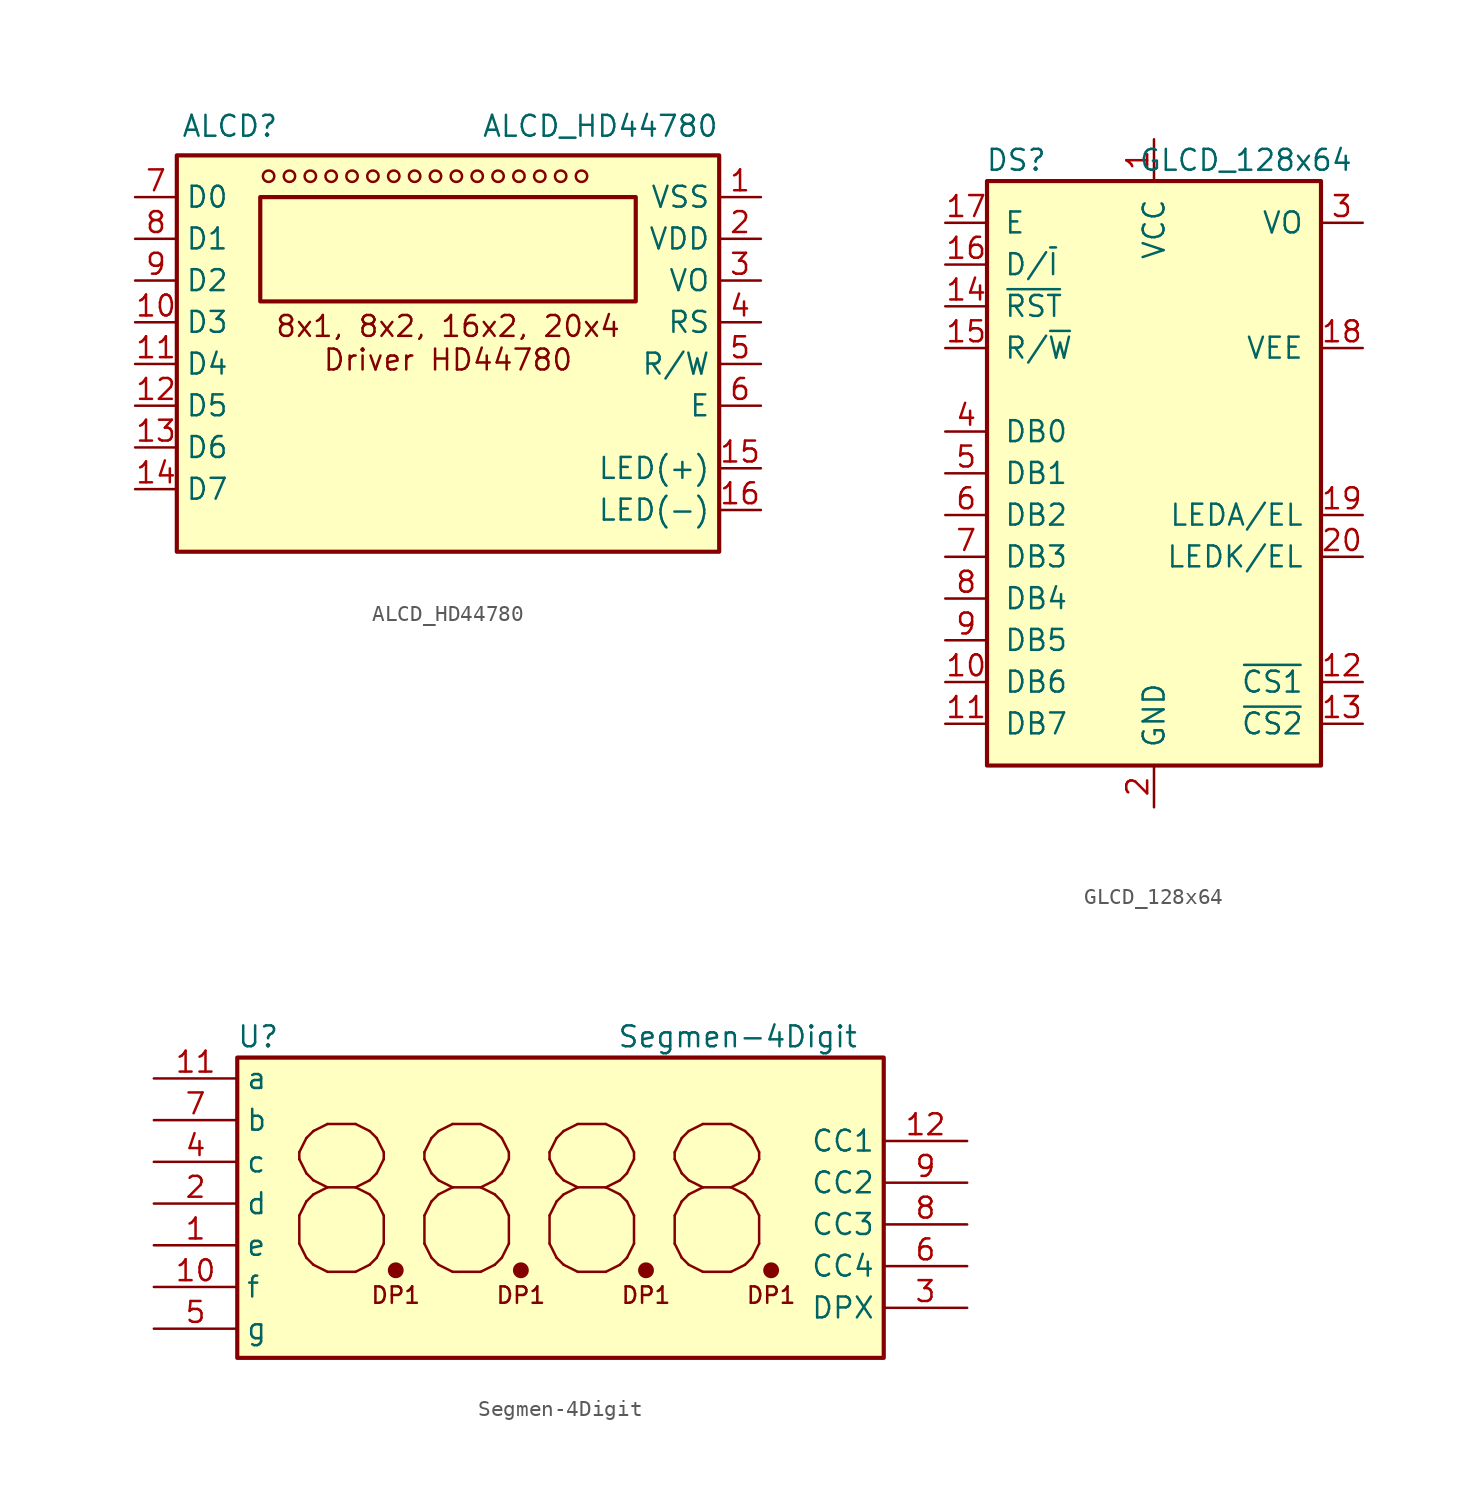
<source format=kicad_sym>
(kicad_symbol_lib
  (version 20220914)
  (generator kicad_symbol_editor)
  (symbol "ALCD_HD44780"
    (property "Reference" "ALCD"
      (at -16.256 14.478 0)
      (do_not_autoplace)
      (effects (font (size 1.27 1.27)) (justify left)))
    (property "Value" "ALCD_HD44780"
      (at 16.51 14.478 0)
      (do_not_autoplace)
      (effects (font (size 1.27 1.27)) (justify right)))
    (symbol "ALCD_HD44780_0_1"
      (circle (center -10.922 11.43) (radius 0.346) (stroke (width 0) (type default)) (fill (type none)))
      (circle (center -9.652 11.43) (radius 0.346) (stroke (width 0) (type default)) (fill (type none)))
      (circle (center -8.382 11.43) (radius 0.346) (stroke (width 0) (type default)) (fill (type none)))
      (circle (center -7.112 11.43) (radius 0.346) (stroke (width 0) (type default)) (fill (type none)))
      (circle (center -5.842 11.43) (radius 0.346) (stroke (width 0) (type default)) (fill (type none)))
      (circle (center -4.572 11.43) (radius 0.346) (stroke (width 0) (type default)) (fill (type none)))
      (circle (center -3.302 11.43) (radius 0.346) (stroke (width 0) (type default)) (fill (type none)))
      (circle (center -2.032 11.43) (radius 0.346) (stroke (width 0) (type default)) (fill (type none)))
      (circle (center -0.762 11.43) (radius 0.346) (stroke (width 0) (type default)) (fill (type none)))
      (circle (center 0.508 11.43) (radius 0.346) (stroke (width 0) (type default)) (fill (type none)))
      (circle (center 1.778 11.43) (radius 0.346) (stroke (width 0) (type default)) (fill (type none)))
      (circle (center 3.048 11.43) (radius 0.346) (stroke (width 0) (type default)) (fill (type none)))
      (circle (center 4.318 11.43) (radius 0.346) (stroke (width 0) (type default)) (fill (type none)))
      (circle (center 5.588 11.43) (radius 0.346) (stroke (width 0) (type default)) (fill (type none)))
      (circle (center 6.858 11.43) (radius 0.346) (stroke (width 0) (type default)) (fill (type none)))
      (circle (center 8.128 11.43) (radius 0.346) (stroke (width 0) (type default)) (fill (type none))))
    (symbol "ALCD_HD44780_1_1"
      (rectangle (start -16.51 12.7) (end 16.51 -11.43) (stroke (width 0.254) (type default)) (fill (type background)))
      (rectangle (start -11.43 10.16) (end 11.43 3.81) (stroke (width 0.254) (type default)) (fill (type none)))
      (text "8x1, 8x2, 16x2, 20x4\nDriver HD44780" (at 0 1.27 0) (effects (font (size 1.27 1.27))))
      (pin power_in line (at 19.05 10.16 180) (length 2.54) (name "VSS" (effects (font (size 1.27 1.27)))) (number "1" (effects (font (size 1.27 1.27)))))
      (pin input line (at -19.05 2.54 0) (length 2.54) (name "D3" (effects (font (size 1.27 1.27)))) (number "10" (effects (font (size 1.27 1.27)))))
      (pin input line (at -19.05 0 0) (length 2.54) (name "D4" (effects (font (size 1.27 1.27)))) (number "11" (effects (font (size 1.27 1.27)))))
      (pin input line (at -19.05 -2.54 0) (length 2.54) (name "D5" (effects (font (size 1.27 1.27)))) (number "12" (effects (font (size 1.27 1.27)))))
      (pin input line (at -19.05 -5.08 0) (length 2.54) (name "D6" (effects (font (size 1.27 1.27)))) (number "13" (effects (font (size 1.27 1.27)))))
      (pin input line (at -19.05 -7.62 0) (length 2.54) (name "D7" (effects (font (size 1.27 1.27)))) (number "14" (effects (font (size 1.27 1.27)))))
      (pin power_in line (at 19.05 -6.35 180) (length 2.54) (name "LED(+)" (effects (font (size 1.27 1.27)))) (number "15" (effects (font (size 1.27 1.27)))))
      (pin power_in line (at 19.05 -8.89 180) (length 2.54) (name "LED(-)" (effects (font (size 1.27 1.27)))) (number "16" (effects (font (size 1.27 1.27)))))
      (pin power_in line (at 19.05 7.62 180) (length 2.54) (name "VDD" (effects (font (size 1.27 1.27)))) (number "2" (effects (font (size 1.27 1.27)))))
      (pin input line (at 19.05 5.08 180) (length 2.54) (name "VO" (effects (font (size 1.27 1.27)))) (number "3" (effects (font (size 1.27 1.27)))))
      (pin input line (at 19.05 2.54 180) (length 2.54) (name "RS" (effects (font (size 1.27 1.27)))) (number "4" (effects (font (size 1.27 1.27)))))
      (pin input line (at 19.05 0 180) (length 2.54) (name "R/W" (effects (font (size 1.27 1.27)))) (number "5" (effects (font (size 1.27 1.27)))))
      (pin input line (at 19.05 -2.54 180) (length 2.54) (name "E" (effects (font (size 1.27 1.27)))) (number "6" (effects (font (size 1.27 1.27)))))
      (pin input line (at -19.05 10.16 0) (length 2.54) (name "D0" (effects (font (size 1.27 1.27)))) (number "7" (effects (font (size 1.27 1.27)))))
      (pin input line (at -19.05 7.62 0) (length 2.54) (name "D1" (effects (font (size 1.27 1.27)))) (number "8" (effects (font (size 1.27 1.27)))))
      (pin input line (at -19.05 5.08 0) (length 2.54) (name "D2" (effects (font (size 1.27 1.27)))) (number "9" (effects (font (size 1.27 1.27)))))))
  (symbol "GLCD_128x64"
    (pin_names
      (offset 1.016))
    (property "Reference" "DS"
      (at -8.382 19.05 0)
      (effects (font (size 1.27 1.27))))
    (property "Value" "GLCD_128x64"
      (at 5.588 19.05 0)
      (effects (font (size 1.27 1.27))))
    (symbol "GLCD_128x64_1_1"
      (rectangle (start -10.16 17.78) (end 10.16 -17.78) (stroke (width 0.254) (type default)) (fill (type background)))
      (pin power_in line (at 0 20.32 270) (length 2.54) (name "VCC" (effects (font (size 1.27 1.27)))) (number "1" (effects (font (size 1.27 1.27)))))
      (pin bidirectional line (at -12.7 -12.7 0) (length 2.54) (name "DB6" (effects (font (size 1.27 1.27)))) (number "10" (effects (font (size 1.27 1.27)))))
      (pin bidirectional line (at -12.7 -15.24 0) (length 2.54) (name "DB7" (effects (font (size 1.27 1.27)))) (number "11" (effects (font (size 1.27 1.27)))))
      (pin input line (at 12.7 -12.7 180) (length 2.54) (name "~{CS1}" (effects (font (size 1.27 1.27)))) (number "12" (effects (font (size 1.27 1.27)))))
      (pin input line (at 12.7 -15.24 180) (length 2.54) (name "~{CS2}" (effects (font (size 1.27 1.27)))) (number "13" (effects (font (size 1.27 1.27)))))
      (pin input line (at -12.7 10.16 0) (length 2.54) (name "~{RST}" (effects (font (size 1.27 1.27)))) (number "14" (effects (font (size 1.27 1.27)))))
      (pin input line (at -12.7 7.62 0) (length 2.54) (name "R/~{W}" (effects (font (size 1.27 1.27)))) (number "15" (effects (font (size 1.27 1.27)))))
      (pin input line (at -12.7 12.7 0) (length 2.54) (name "D/~{I}" (effects (font (size 1.27 1.27)))) (number "16" (effects (font (size 1.27 1.27)))))
      (pin input line (at -12.7 15.24 0) (length 2.54) (name "E" (effects (font (size 1.27 1.27)))) (number "17" (effects (font (size 1.27 1.27)))))
      (pin passive line (at 12.7 7.62 180) (length 2.54) (name "VEE" (effects (font (size 1.27 1.27)))) (number "18" (effects (font (size 1.27 1.27)))))
      (pin passive line (at 12.7 -2.54 180) (length 2.54) (name "LEDA/EL" (effects (font (size 1.27 1.27)))) (number "19" (effects (font (size 1.27 1.27)))))
      (pin power_in line (at 0 -20.32 90) (length 2.54) (name "GND" (effects (font (size 1.27 1.27)))) (number "2" (effects (font (size 1.27 1.27)))))
      (pin passive line (at 12.7 -5.08 180) (length 2.54) (name "LEDK/EL" (effects (font (size 1.27 1.27)))) (number "20" (effects (font (size 1.27 1.27)))))
      (pin passive line (at 12.7 15.24 180) (length 2.54) (name "VO" (effects (font (size 1.27 1.27)))) (number "3" (effects (font (size 1.27 1.27)))))
      (pin bidirectional line (at -12.7 2.54 0) (length 2.54) (name "DB0" (effects (font (size 1.27 1.27)))) (number "4" (effects (font (size 1.27 1.27)))))
      (pin bidirectional line (at -12.7 0 0) (length 2.54) (name "DB1" (effects (font (size 1.27 1.27)))) (number "5" (effects (font (size 1.27 1.27)))))
      (pin bidirectional line (at -12.7 -2.54 0) (length 2.54) (name "DB2" (effects (font (size 1.27 1.27)))) (number "6" (effects (font (size 1.27 1.27)))))
      (pin bidirectional line (at -12.7 -5.08 0) (length 2.54) (name "DB3" (effects (font (size 1.27 1.27)))) (number "7" (effects (font (size 1.27 1.27)))))
      (pin bidirectional line (at -12.7 -7.62 0) (length 2.54) (name "DB4" (effects (font (size 1.27 1.27)))) (number "8" (effects (font (size 1.27 1.27)))))
      (pin bidirectional line (at -12.7 -10.16 0) (length 2.54) (name "DB5" (effects (font (size 1.27 1.27)))) (number "9" (effects (font (size 1.27 1.27)))))))
  (symbol "Segmen-4Digit"
    (property "Reference" "U"
      (at -16.51 11.43 0)
      (do_not_autoplace)
      (effects (font (size 1.27 1.27))))
    (property "Value" "Segmen-4Digit"
      (at 12.7 11.43 0)
      (do_not_autoplace)
      (effects (font (size 1.27 1.27))))
    (symbol "Segmen-4Digit_0_1"
      (circle (center -8.128 -2.794) (radius 0.356) (stroke (width 0.254) (type default)) (fill (type outline)))
      (circle (center -0.508 -2.794) (radius 0.356) (stroke (width 0.254) (type default)) (fill (type outline)))
      (circle (center 7.112 -2.794) (radius 0.356) (stroke (width 0.254) (type default)) (fill (type outline)))
      (circle (center 14.732 -2.794) (radius 0.356) (stroke (width 0.254) (type default)) (fill (type outline))))
    (symbol "Segmen-4Digit_1_0"
      (rectangle (start -17.78 10.16) (end 21.59 -8.128) (stroke (width 0.254) (type default)) (fill (type background)))
      (text "8" (at -11.43 1.27 0) (effects (font (size 9 9))))
      (text "8" (at -3.81 1.27 0) (effects (font (size 9 9))))
      (text "8" (at 3.81 1.27 0) (effects (font (size 9 9))))
      (text "8" (at 11.43 1.27 0) (effects (font (size 9 9))))
      (text "DP1" (at -8.128 -4.318 0) (effects (font (size 1 1))))
      (text "DP1" (at -0.508 -4.318 0) (effects (font (size 1 1))))
      (text "DP1" (at 7.112 -4.318 0) (effects (font (size 1 1))))
      (text "DP1" (at 14.732 -4.318 0) (effects (font (size 1 1)))))
    (symbol "Segmen-4Digit_1_1"
      (pin input line (at -22.86 -1.27 0) (length 5.08) (name "e" (effects (font (size 1.27 1.27)))) (number "1" (effects (font (size 1.27 1.27)))))
      (pin input line (at -22.86 -3.81 0) (length 5.08) (name "f" (effects (font (size 1.27 1.27)))) (number "10" (effects (font (size 1.27 1.27)))))
      (pin input line (at -22.86 8.89 0) (length 5.08) (name "a" (effects (font (size 1.27 1.27)))) (number "11" (effects (font (size 1.27 1.27)))))
      (pin input line (at 26.67 5.08 180) (length 5.08) (name "CC1" (effects (font (size 1.27 1.27)))) (number "12" (effects (font (size 1.27 1.27)))))
      (pin input line (at -22.86 1.27 0) (length 5.08) (name "d" (effects (font (size 1.27 1.27)))) (number "2" (effects (font (size 1.27 1.27)))))
      (pin input line (at 26.67 -5.08 180) (length 5.08) (name "DPX" (effects (font (size 1.27 1.27)))) (number "3" (effects (font (size 1.27 1.27)))))
      (pin input line (at -22.86 3.81 0) (length 5.08) (name "c" (effects (font (size 1.27 1.27)))) (number "4" (effects (font (size 1.27 1.27)))))
      (pin input line (at -22.86 -6.35 0) (length 5.08) (name "g" (effects (font (size 1.27 1.27)))) (number "5" (effects (font (size 1.27 1.27)))))
      (pin input line (at 26.67 -2.54 180) (length 5.08) (name "CC4" (effects (font (size 1.27 1.27)))) (number "6" (effects (font (size 1.27 1.27)))))
      (pin input line (at -22.86 6.35 0) (length 5.08) (name "b" (effects (font (size 1.27 1.27)))) (number "7" (effects (font (size 1.27 1.27)))))
      (pin input line (at 26.67 0 180) (length 5.08) (name "CC3" (effects (font (size 1.27 1.27)))) (number "8" (effects (font (size 1.27 1.27)))))
      (pin input line (at 26.67 2.54 180) (length 5.08) (name "CC2" (effects (font (size 1.27 1.27)))) (number "9" (effects (font (size 1.27 1.27))))))))
</source>
